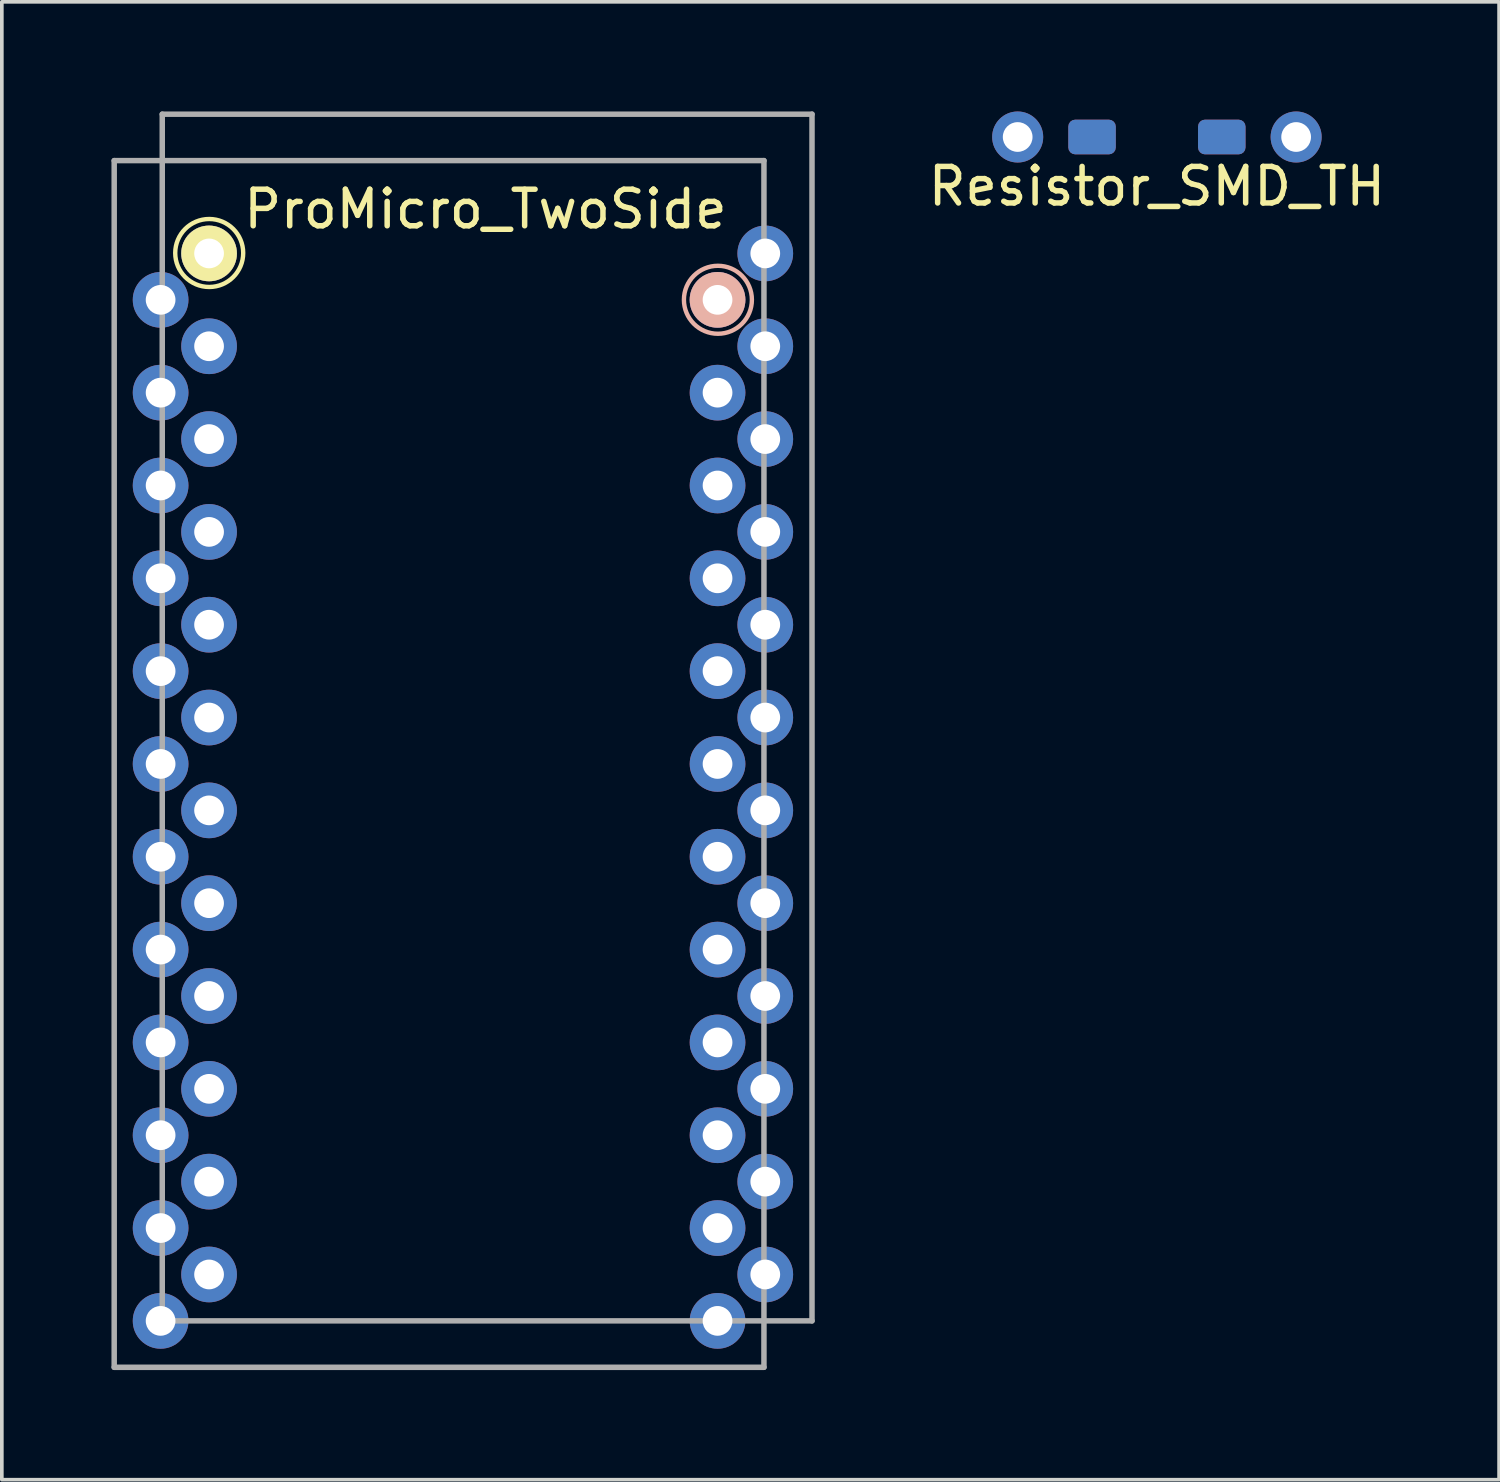
<source format=kicad_pcb>
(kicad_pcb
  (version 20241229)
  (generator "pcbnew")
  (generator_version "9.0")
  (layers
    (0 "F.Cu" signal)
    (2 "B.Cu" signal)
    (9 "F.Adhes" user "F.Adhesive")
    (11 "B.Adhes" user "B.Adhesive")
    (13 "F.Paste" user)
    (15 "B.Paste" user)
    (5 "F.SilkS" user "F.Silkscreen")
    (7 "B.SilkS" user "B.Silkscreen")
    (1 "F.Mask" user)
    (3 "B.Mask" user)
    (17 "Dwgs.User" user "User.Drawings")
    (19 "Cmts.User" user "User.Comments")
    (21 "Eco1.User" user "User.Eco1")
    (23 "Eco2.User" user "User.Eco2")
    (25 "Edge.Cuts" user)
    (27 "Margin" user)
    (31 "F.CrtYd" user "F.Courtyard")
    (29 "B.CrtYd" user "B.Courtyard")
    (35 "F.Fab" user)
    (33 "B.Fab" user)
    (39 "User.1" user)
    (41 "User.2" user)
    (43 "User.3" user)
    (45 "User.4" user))
  (footprint "Resistor_SMD_TH"
    (layer "F.Cu")
    (at 28.608 0.699)
    (property "Reference" "Resistor_SMD_TH" (at 0 1.35 0) (layer "F.SilkS") (effects (font (size 1 1) (thickness 0.15))))
    (attr through_hole)
    (pad "1" thru_hole circle (at -3.81 0) (size 1.397 1.397) (drill 0.813) (layers "*.Cu" "*.Mask"))
    (pad "1" smd roundrect (at -1.775 0) (size 1.3 0.95) (layers "F.Cu" "F.Mask" "F.Paste") (roundrect_rratio 0.2))
    (pad "1" smd roundrect (at -1.775 0) (size 1.3 0.95) (layers "B.Cu" "B.Mask" "B.Paste") (roundrect_rratio 0.2))
    (pad "2" smd roundrect (at 1.775 0) (size 1.3 0.95) (layers "F.Cu" "F.Mask" "F.Paste") (roundrect_rratio 0.2))
    (pad "2" smd roundrect (at 1.775 0) (size 1.3 0.95) (layers "B.Cu" "B.Mask" "B.Paste") (roundrect_rratio 0.2))
    (pad "2" thru_hole circle (at 3.81 0) (size 1.397 1.397) (drill 0.813) (layers "*.Cu" "*.Mask")))
  (footprint "ProMicro_TwoSide"
    (layer "F.Cu")
    (at 10.235 18.363)
    (property "Reference" "ProMicro_TwoSide" (at 0 -15.69 0) (layer "F.SilkS") (effects (font (size 1 1) (thickness 0.15))))
    (attr through_hole)
    (fp_circle (center -7.56 -14.49) (end -7.57 -13.56) (stroke (width 0.12) (type solid)) (fill no) (layer "F.SilkS"))
    (fp_circle (center 6.36 -13.21) (end 7.29 -13.21) (stroke (width 0.12) (type solid)) (fill no) (layer "B.SilkS"))
    (fp_line (start -10.16 -17.018) (end 7.62 -17.018) (stroke (width 0.15) (type solid)) (layer "F.Fab"))
    (fp_line (start -10.16 16.002) (end -10.16 -17.018) (stroke (width 0.15) (type solid)) (layer "F.Fab"))
    (fp_line (start -8.845 -18.288) (end 8.935 -18.288) (stroke (width 0.15) (type solid)) (layer "F.Fab"))
    (fp_line (start -8.845 14.732) (end -8.845 -18.288) (stroke (width 0.15) (type solid)) (layer "F.Fab"))
    (fp_line (start 7.62 -17.018) (end 7.62 16.002) (stroke (width 0.15) (type solid)) (layer "F.Fab"))
    (fp_line (start 7.62 16.002) (end -10.16 16.002) (stroke (width 0.15) (type solid)) (layer "F.Fab"))
    (fp_line (start 8.935 -18.288) (end 8.935 14.732) (stroke (width 0.15) (type solid)) (layer "F.Fab"))
    (fp_line (start 8.935 14.732) (end -8.845 14.732) (stroke (width 0.15) (type solid)) (layer "F.Fab"))
    (fp_text user "" (at -0.5 -17.25 0) (layer "F.SilkS") (effects (font (size 1 1) (thickness 0.15))))
    (fp_text user "" (at -1.206 -16.256 0) (layer "B.SilkS") (effects (font (size 1 1) (thickness 0.15)) (justify mirror)))
    (pad "1" thru_hole circle (at -8.89 -13.208) (size 1.524 1.524) (drill 0.813) (layers "*.Cu" "*.Mask"))
    (pad "1" thru_hole circle (at 7.656 -14.478) (size 1.524 1.524) (drill 0.813) (layers "*.Cu" "*.Mask"))
    (pad "2" thru_hole circle (at -8.89 -10.668) (size 1.524 1.524) (drill 0.813) (layers "*.Cu" "*.Mask"))
    (pad "2" thru_hole circle (at 7.656 -11.938) (size 1.524 1.524) (drill 0.813) (layers "*.Cu" "*.Mask"))
    (pad "3" thru_hole circle (at -8.89 -8.128) (size 1.524 1.524) (drill 0.813) (layers "*.Cu" "*.Mask"))
    (pad "3" thru_hole circle (at 7.656 -9.398) (size 1.524 1.524) (drill 0.813) (layers "*.Cu" "*.Mask"))
    (pad "4" thru_hole circle (at -8.89 -5.588) (size 1.524 1.524) (drill 0.813) (layers "*.Cu" "*.Mask"))
    (pad "4" thru_hole circle (at 7.656 -6.858) (size 1.524 1.524) (drill 0.813) (layers "*.Cu" "*.Mask"))
    (pad "5" thru_hole circle (at -8.89 -3.048) (size 1.524 1.524) (drill 0.813) (layers "*.Cu" "*.Mask"))
    (pad "5" thru_hole circle (at 7.656 -4.318) (size 1.524 1.524) (drill 0.813) (layers "*.Cu" "*.Mask"))
    (pad "6" thru_hole circle (at -8.89 -0.508) (size 1.524 1.524) (drill 0.813) (layers "*.Cu" "*.Mask"))
    (pad "6" thru_hole circle (at 7.656 -1.778) (size 1.524 1.524) (drill 0.813) (layers "*.Cu" "*.Mask"))
    (pad "7" thru_hole circle (at -8.89 2.032) (size 1.524 1.524) (drill 0.813) (layers "*.Cu" "*.Mask"))
    (pad "7" thru_hole circle (at 7.656 0.762) (size 1.524 1.524) (drill 0.813) (layers "*.Cu" "*.Mask"))
    (pad "8" thru_hole circle (at -8.89 4.572) (size 1.524 1.524) (drill 0.813) (layers "*.Cu" "*.Mask"))
    (pad "8" thru_hole circle (at 7.656 3.302) (size 1.524 1.524) (drill 0.813) (layers "*.Cu" "*.Mask"))
    (pad "9" thru_hole circle (at -8.89 7.112) (size 1.524 1.524) (drill 0.813) (layers "*.Cu" "*.Mask"))
    (pad "9" thru_hole circle (at 7.656 5.842) (size 1.524 1.524) (drill 0.813) (layers "*.Cu" "*.Mask"))
    (pad "10" thru_hole circle (at -8.89 9.652) (size 1.524 1.524) (drill 0.813) (layers "*.Cu" "*.Mask"))
    (pad "10" thru_hole circle (at 7.656 8.382) (size 1.524 1.524) (drill 0.813) (layers "*.Cu" "*.Mask"))
    (pad "11" thru_hole circle (at -8.89 12.192) (size 1.524 1.524) (drill 0.813) (layers "*.Cu" "*.Mask"))
    (pad "11" thru_hole circle (at 7.656 10.922) (size 1.524 1.524) (drill 0.813) (layers "*.Cu" "*.Mask"))
    (pad "12" thru_hole circle (at -8.89 14.732) (size 1.524 1.524) (drill 0.813) (layers "*.Cu" "*.Mask"))
    (pad "12" thru_hole circle (at 7.656 13.462) (size 1.524 1.524) (drill 0.813) (layers "*.Cu" "*.Mask"))
    (pad "13" thru_hole circle (at -7.564 13.462) (size 1.524 1.524) (drill 0.813) (layers "*.Cu" "*.Mask"))
    (pad "13" thru_hole circle (at 6.35 14.732) (size 1.524 1.524) (drill 0.813) (layers "*.Cu" "*.Mask"))
    (pad "14" thru_hole circle (at -7.564 10.922) (size 1.524 1.524) (drill 0.813) (layers "*.Cu" "*.Mask"))
    (pad "14" thru_hole circle (at 6.35 12.192) (size 1.524 1.524) (drill 0.813) (layers "*.Cu" "*.Mask"))
    (pad "15" thru_hole circle (at -7.564 8.382) (size 1.524 1.524) (drill 0.813) (layers "*.Cu" "*.Mask"))
    (pad "15" thru_hole circle (at 6.35 9.652) (size 1.524 1.524) (drill 0.813) (layers "*.Cu" "*.Mask"))
    (pad "16" thru_hole circle (at -7.564 5.842) (size 1.524 1.524) (drill 0.813) (layers "*.Cu" "*.Mask"))
    (pad "16" thru_hole circle (at 6.35 7.112) (size 1.524 1.524) (drill 0.813) (layers "*.Cu" "*.Mask"))
    (pad "17" thru_hole circle (at -7.564 3.302) (size 1.524 1.524) (drill 0.813) (layers "*.Cu" "*.Mask"))
    (pad "17" thru_hole circle (at 6.35 4.572) (size 1.524 1.524) (drill 0.813) (layers "*.Cu" "*.Mask"))
    (pad "18" thru_hole circle (at -7.564 0.762) (size 1.524 1.524) (drill 0.813) (layers "*.Cu" "*.Mask"))
    (pad "18" thru_hole circle (at 6.35 2.032) (size 1.524 1.524) (drill 0.813) (layers "*.Cu" "*.Mask"))
    (pad "19" thru_hole circle (at -7.564 -1.778) (size 1.524 1.524) (drill 0.813) (layers "*.Cu" "*.Mask"))
    (pad "19" thru_hole circle (at 6.35 -0.508) (size 1.524 1.524) (drill 0.813) (layers "*.Cu" "*.Mask"))
    (pad "20" thru_hole circle (at -7.564 -4.318) (size 1.524 1.524) (drill 0.813) (layers "*.Cu" "*.Mask"))
    (pad "20" thru_hole circle (at 6.35 -3.048) (size 1.524 1.524) (drill 0.813) (layers "*.Cu" "*.Mask"))
    (pad "21" thru_hole circle (at -7.564 -6.858) (size 1.524 1.524) (drill 0.813) (layers "*.Cu" "*.Mask"))
    (pad "21" thru_hole circle (at 6.35 -5.588) (size 1.524 1.524) (drill 0.813) (layers "*.Cu" "*.Mask"))
    (pad "22" thru_hole circle (at -7.564 -9.398) (size 1.524 1.524) (drill 0.813) (layers "*.Cu" "*.Mask"))
    (pad "22" thru_hole circle (at 6.35 -8.128) (size 1.524 1.524) (drill 0.813) (layers "*.Cu" "*.Mask"))
    (pad "23" thru_hole circle (at -7.564 -11.938) (size 1.524 1.524) (drill 0.813) (layers "*.Cu" "*.Mask"))
    (pad "23" thru_hole circle (at 6.35 -10.668) (size 1.524 1.524) (drill 0.813) (layers "*.Cu" "*.Mask"))
    (pad "24" thru_hole circle (at -7.564 -14.478) (size 1.524 1.524) (drill 0.813) (layers "*.Cu" "*.Mask" "F.SilkS"))
    (pad "24" thru_hole circle (at 6.35 -13.208) (size 1.524 1.524) (drill 0.813) (layers "*.Cu" "*.Mask" "B.SilkS")))
  (gr_rect
    (start -3 -3)
    (end 37.971 37.44)
    (stroke (width 0.1) (type default))
    (fill no)
    (layer "Edge.Cuts")))
</source>
